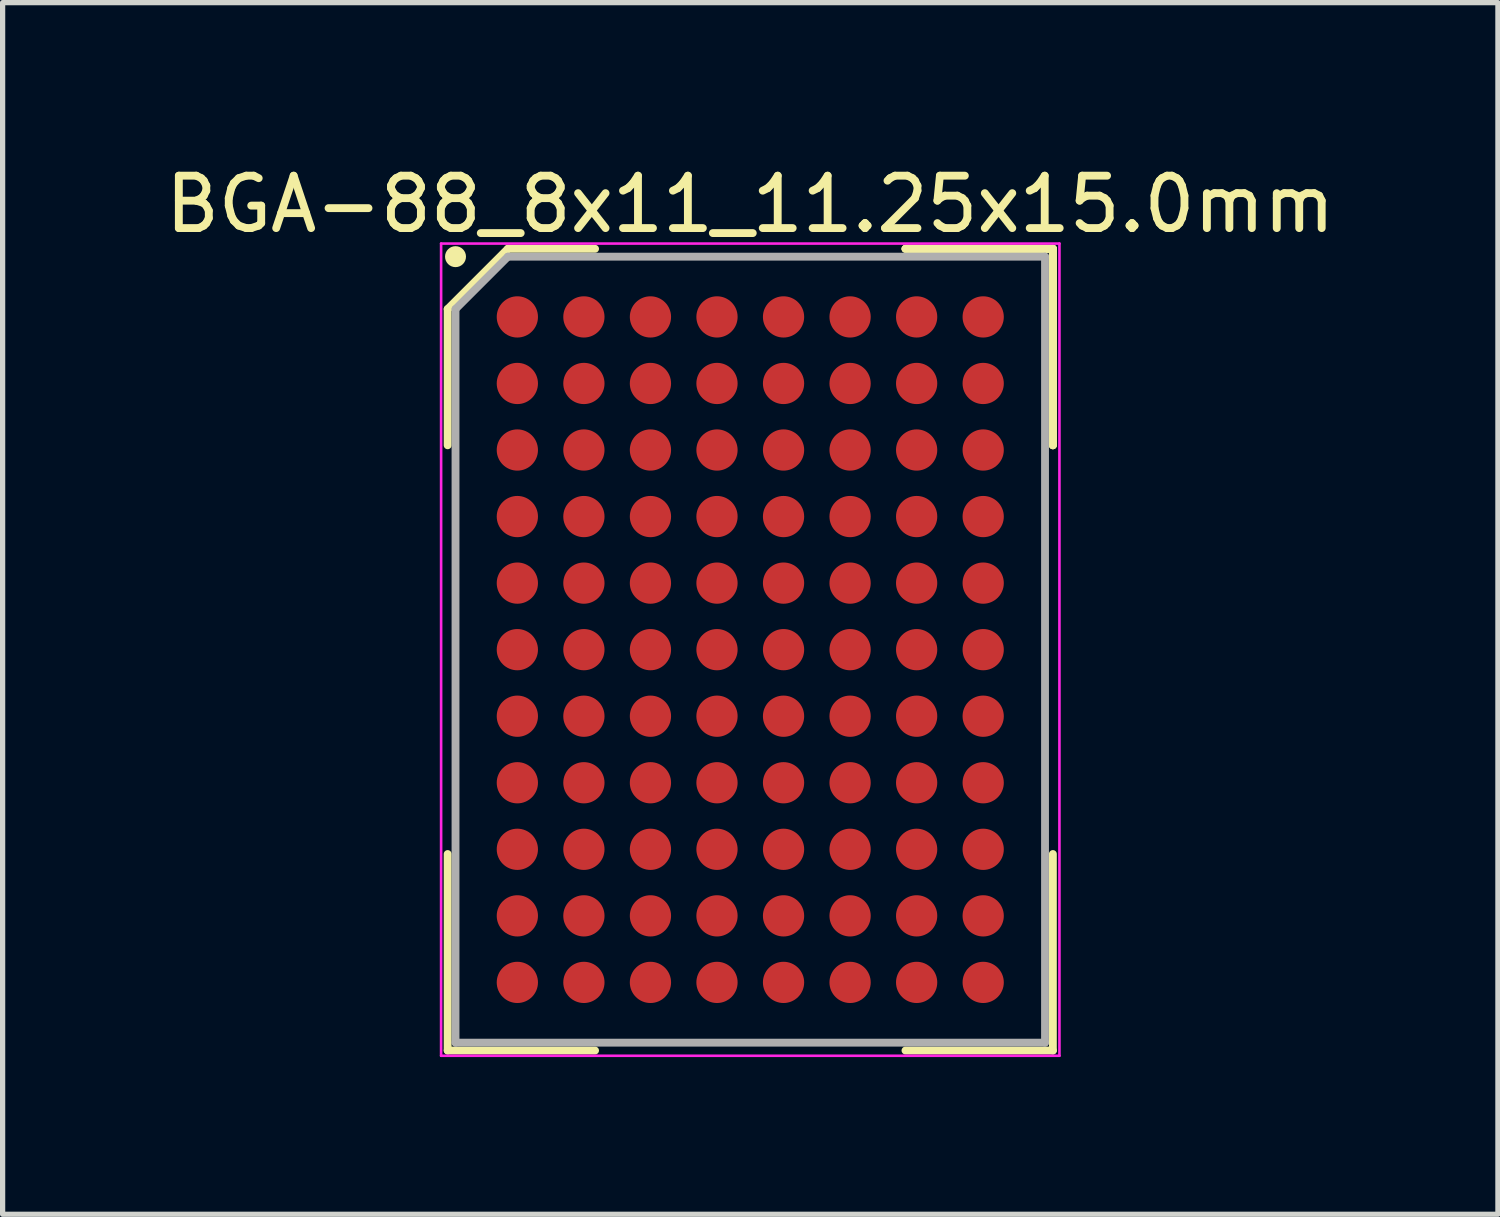
<source format=kicad_pcb>
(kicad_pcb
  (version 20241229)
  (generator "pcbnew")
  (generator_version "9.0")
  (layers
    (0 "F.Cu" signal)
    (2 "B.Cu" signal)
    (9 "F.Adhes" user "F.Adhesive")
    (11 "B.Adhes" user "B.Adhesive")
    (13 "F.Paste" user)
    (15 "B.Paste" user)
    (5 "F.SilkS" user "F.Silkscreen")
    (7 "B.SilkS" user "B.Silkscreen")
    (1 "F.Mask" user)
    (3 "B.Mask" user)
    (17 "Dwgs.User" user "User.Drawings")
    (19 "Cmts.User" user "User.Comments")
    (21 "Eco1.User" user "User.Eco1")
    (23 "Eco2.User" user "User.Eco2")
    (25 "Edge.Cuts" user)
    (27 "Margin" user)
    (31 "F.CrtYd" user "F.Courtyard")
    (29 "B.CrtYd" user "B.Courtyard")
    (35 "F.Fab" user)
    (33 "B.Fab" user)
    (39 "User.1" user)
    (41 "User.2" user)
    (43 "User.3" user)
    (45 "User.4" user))
  (footprint "BGA-88_8x11_11.25x15.0mm"
    (layer "F.Cu")
    (at 11.268 9.348)
    (property "Reference" "BGA-88_8x11_11.25x15.0mm" (at 0 -8.5 0) (layer "F.SilkS") (effects (font (size 1 1) (thickness 0.15))))
    (attr smd)
    (fp_line (start -5.775 -6.5) (end -5.775 -3.9) (stroke (width 0.15) (type solid)) (layer "F.SilkS"))
    (fp_line (start -5.775 7.65) (end -5.775 3.9) (stroke (width 0.15) (type solid)) (layer "F.SilkS"))
    (fp_line (start -4.625 -7.65) (end -5.775 -6.5) (stroke (width 0.15) (type solid)) (layer "F.SilkS"))
    (fp_line (start -2.962 -7.65) (end -4.625 -7.65) (stroke (width 0.15) (type solid)) (layer "F.SilkS"))
    (fp_line (start -2.962 7.65) (end -5.775 7.65) (stroke (width 0.15) (type solid)) (layer "F.SilkS"))
    (fp_line (start 2.962 -7.65) (end 5.775 -7.65) (stroke (width 0.15) (type solid)) (layer "F.SilkS"))
    (fp_line (start 2.962 -7.65) (end 5.775 -7.65) (stroke (width 0.15) (type solid)) (layer "F.SilkS"))
    (fp_line (start 2.962 -7.65) (end 5.775 -7.65) (stroke (width 0.15) (type solid)) (layer "F.SilkS"))
    (fp_line (start 2.962 7.65) (end 5.775 7.65) (stroke (width 0.15) (type solid)) (layer "F.SilkS"))
    (fp_line (start 5.775 -7.65) (end 5.775 -3.9) (stroke (width 0.15) (type solid)) (layer "F.SilkS"))
    (fp_line (start 5.775 -7.65) (end 5.775 -3.9) (stroke (width 0.15) (type solid)) (layer "F.SilkS"))
    (fp_line (start 5.775 -7.65) (end 5.775 -3.9) (stroke (width 0.15) (type solid)) (layer "F.SilkS"))
    (fp_line (start 5.775 7.65) (end 5.775 3.9) (stroke (width 0.15) (type solid)) (layer "F.SilkS"))
    (fp_circle (center -5.625 -7.5) (end -5.625 -7.4) (stroke (width 0.2) (type solid)) (fill no) (layer "F.SilkS"))
    (fp_line (start -5.9 -7.75) (end 5.9 -7.75) (stroke (width 0.05) (type solid)) (layer "F.CrtYd"))
    (fp_line (start -5.9 7.75) (end -5.9 -7.75) (stroke (width 0.05) (type solid)) (layer "F.CrtYd"))
    (fp_line (start 5.9 -7.75) (end 5.9 7.75) (stroke (width 0.05) (type solid)) (layer "F.CrtYd"))
    (fp_line (start 5.9 7.75) (end -5.9 7.75) (stroke (width 0.05) (type solid)) (layer "F.CrtYd"))
    (fp_line (start -5.625 -6.5) (end -5.625 7.5) (stroke (width 0.15) (type solid)) (layer "F.Fab"))
    (fp_line (start -5.625 7.5) (end 5.625 7.5) (stroke (width 0.15) (type solid)) (layer "F.Fab"))
    (fp_line (start -4.625 -7.5) (end -5.625 -6.5) (stroke (width 0.15) (type solid)) (layer "F.Fab"))
    (fp_line (start 5.625 -7.5) (end -4.625 -7.5) (stroke (width 0.15) (type solid)) (layer "F.Fab"))
    (fp_line (start 5.625 7.5) (end 5.625 -7.5) (stroke (width 0.15) (type solid)) (layer "F.Fab"))
    (pad "A1" smd circle (at -4.445 -6.35) (size 0.787 0.787) (layers "F.Cu" "F.Mask" "F.Paste"))
    (pad "A2" smd circle (at -3.175 -6.35) (size 0.787 0.787) (layers "F.Cu" "F.Mask" "F.Paste"))
    (pad "A3" smd circle (at -1.905 -6.35) (size 0.787 0.787) (layers "F.Cu" "F.Mask" "F.Paste"))
    (pad "A4" smd circle (at -0.635 -6.35) (size 0.787 0.787) (layers "F.Cu" "F.Mask" "F.Paste"))
    (pad "A5" smd circle (at 0.635 -6.35) (size 0.787 0.787) (layers "F.Cu" "F.Mask" "F.Paste"))
    (pad "A6" smd circle (at 1.905 -6.35) (size 0.787 0.787) (layers "F.Cu" "F.Mask" "F.Paste"))
    (pad "A7" smd circle (at 3.175 -6.35) (size 0.787 0.787) (layers "F.Cu" "F.Mask" "F.Paste"))
    (pad "A8" smd circle (at 4.445 -6.35) (size 0.787 0.787) (layers "F.Cu" "F.Mask" "F.Paste"))
    (pad "B1" smd circle (at -4.445 -5.08) (size 0.787 0.787) (layers "F.Cu" "F.Mask" "F.Paste"))
    (pad "B2" smd circle (at -3.175 -5.08) (size 0.787 0.787) (layers "F.Cu" "F.Mask" "F.Paste"))
    (pad "B3" smd circle (at -1.905 -5.08) (size 0.787 0.787) (layers "F.Cu" "F.Mask" "F.Paste"))
    (pad "B4" smd circle (at -0.635 -5.08) (size 0.787 0.787) (layers "F.Cu" "F.Mask" "F.Paste"))
    (pad "B5" smd circle (at 0.635 -5.08) (size 0.787 0.787) (layers "F.Cu" "F.Mask" "F.Paste"))
    (pad "B6" smd circle (at 1.905 -5.08) (size 0.787 0.787) (layers "F.Cu" "F.Mask" "F.Paste"))
    (pad "B7" smd circle (at 3.175 -5.08) (size 0.787 0.787) (layers "F.Cu" "F.Mask" "F.Paste"))
    (pad "B8" smd circle (at 4.445 -5.08) (size 0.787 0.787) (layers "F.Cu" "F.Mask" "F.Paste"))
    (pad "C1" smd circle (at -4.445 -3.81) (size 0.787 0.787) (layers "F.Cu" "F.Mask" "F.Paste"))
    (pad "C2" smd circle (at -3.175 -3.81) (size 0.787 0.787) (layers "F.Cu" "F.Mask" "F.Paste"))
    (pad "C3" smd circle (at -1.905 -3.81) (size 0.787 0.787) (layers "F.Cu" "F.Mask" "F.Paste"))
    (pad "C4" smd circle (at -0.635 -3.81) (size 0.787 0.787) (layers "F.Cu" "F.Mask" "F.Paste"))
    (pad "C5" smd circle (at 0.635 -3.81) (size 0.787 0.787) (layers "F.Cu" "F.Mask" "F.Paste"))
    (pad "C6" smd circle (at 1.905 -3.81) (size 0.787 0.787) (layers "F.Cu" "F.Mask" "F.Paste"))
    (pad "C7" smd circle (at 3.175 -3.81) (size 0.787 0.787) (layers "F.Cu" "F.Mask" "F.Paste"))
    (pad "C8" smd circle (at 4.445 -3.81) (size 0.787 0.787) (layers "F.Cu" "F.Mask" "F.Paste"))
    (pad "D1" smd circle (at -4.445 -2.54) (size 0.787 0.787) (layers "F.Cu" "F.Mask" "F.Paste"))
    (pad "D2" smd circle (at -3.175 -2.54) (size 0.787 0.787) (layers "F.Cu" "F.Mask" "F.Paste"))
    (pad "D3" smd circle (at -1.905 -2.54) (size 0.787 0.787) (layers "F.Cu" "F.Mask" "F.Paste"))
    (pad "D4" smd circle (at -0.635 -2.54) (size 0.787 0.787) (layers "F.Cu" "F.Mask" "F.Paste"))
    (pad "D5" smd circle (at 0.635 -2.54) (size 0.787 0.787) (layers "F.Cu" "F.Mask" "F.Paste"))
    (pad "D6" smd circle (at 1.905 -2.54) (size 0.787 0.787) (layers "F.Cu" "F.Mask" "F.Paste"))
    (pad "D7" smd circle (at 3.175 -2.54) (size 0.787 0.787) (layers "F.Cu" "F.Mask" "F.Paste"))
    (pad "D8" smd circle (at 4.445 -2.54) (size 0.787 0.787) (layers "F.Cu" "F.Mask" "F.Paste"))
    (pad "E1" smd circle (at -4.445 -1.27) (size 0.787 0.787) (layers "F.Cu" "F.Mask" "F.Paste"))
    (pad "E2" smd circle (at -3.175 -1.27) (size 0.787 0.787) (layers "F.Cu" "F.Mask" "F.Paste"))
    (pad "E3" smd circle (at -1.905 -1.27) (size 0.787 0.787) (layers "F.Cu" "F.Mask" "F.Paste"))
    (pad "E4" smd circle (at -0.635 -1.27) (size 0.787 0.787) (layers "F.Cu" "F.Mask" "F.Paste"))
    (pad "E5" smd circle (at 0.635 -1.27) (size 0.787 0.787) (layers "F.Cu" "F.Mask" "F.Paste"))
    (pad "E6" smd circle (at 1.905 -1.27) (size 0.787 0.787) (layers "F.Cu" "F.Mask" "F.Paste"))
    (pad "E7" smd circle (at 3.175 -1.27) (size 0.787 0.787) (layers "F.Cu" "F.Mask" "F.Paste"))
    (pad "E8" smd circle (at 4.445 -1.27) (size 0.787 0.787) (layers "F.Cu" "F.Mask" "F.Paste"))
    (pad "F1" smd circle (at -4.445 0) (size 0.787 0.787) (layers "F.Cu" "F.Mask" "F.Paste"))
    (pad "F2" smd circle (at -3.175 0) (size 0.787 0.787) (layers "F.Cu" "F.Mask" "F.Paste"))
    (pad "F3" smd circle (at -1.905 0) (size 0.787 0.787) (layers "F.Cu" "F.Mask" "F.Paste"))
    (pad "F4" smd circle (at -0.635 0) (size 0.787 0.787) (layers "F.Cu" "F.Mask" "F.Paste"))
    (pad "F5" smd circle (at 0.635 0) (size 0.787 0.787) (layers "F.Cu" "F.Mask" "F.Paste"))
    (pad "F6" smd circle (at 1.905 0) (size 0.787 0.787) (layers "F.Cu" "F.Mask" "F.Paste"))
    (pad "F7" smd circle (at 3.175 0) (size 0.787 0.787) (layers "F.Cu" "F.Mask" "F.Paste"))
    (pad "F8" smd circle (at 4.445 0) (size 0.787 0.787) (layers "F.Cu" "F.Mask" "F.Paste"))
    (pad "G1" smd circle (at -4.445 1.27) (size 0.787 0.787) (layers "F.Cu" "F.Mask" "F.Paste"))
    (pad "G2" smd circle (at -3.175 1.27) (size 0.787 0.787) (layers "F.Cu" "F.Mask" "F.Paste"))
    (pad "G3" smd circle (at -1.905 1.27) (size 0.787 0.787) (layers "F.Cu" "F.Mask" "F.Paste"))
    (pad "G4" smd circle (at -0.635 1.27) (size 0.787 0.787) (layers "F.Cu" "F.Mask" "F.Paste"))
    (pad "G5" smd circle (at 0.635 1.27) (size 0.787 0.787) (layers "F.Cu" "F.Mask" "F.Paste"))
    (pad "G6" smd circle (at 1.905 1.27) (size 0.787 0.787) (layers "F.Cu" "F.Mask" "F.Paste"))
    (pad "G7" smd circle (at 3.175 1.27) (size 0.787 0.787) (layers "F.Cu" "F.Mask" "F.Paste"))
    (pad "G8" smd circle (at 4.445 1.27) (size 0.787 0.787) (layers "F.Cu" "F.Mask" "F.Paste"))
    (pad "H1" smd circle (at -4.445 2.54) (size 0.787 0.787) (layers "F.Cu" "F.Mask" "F.Paste"))
    (pad "H2" smd circle (at -3.175 2.54) (size 0.787 0.787) (layers "F.Cu" "F.Mask" "F.Paste"))
    (pad "H3" smd circle (at -1.905 2.54) (size 0.787 0.787) (layers "F.Cu" "F.Mask" "F.Paste"))
    (pad "H4" smd circle (at -0.635 2.54) (size 0.787 0.787) (layers "F.Cu" "F.Mask" "F.Paste"))
    (pad "H5" smd circle (at 0.635 2.54) (size 0.787 0.787) (layers "F.Cu" "F.Mask" "F.Paste"))
    (pad "H6" smd circle (at 1.905 2.54) (size 0.787 0.787) (layers "F.Cu" "F.Mask" "F.Paste"))
    (pad "H7" smd circle (at 3.175 2.54) (size 0.787 0.787) (layers "F.Cu" "F.Mask" "F.Paste"))
    (pad "H8" smd circle (at 4.445 2.54) (size 0.787 0.787) (layers "F.Cu" "F.Mask" "F.Paste"))
    (pad "J1" smd circle (at -4.445 3.81) (size 0.787 0.787) (layers "F.Cu" "F.Mask" "F.Paste"))
    (pad "J2" smd circle (at -3.175 3.81) (size 0.787 0.787) (layers "F.Cu" "F.Mask" "F.Paste"))
    (pad "J3" smd circle (at -1.905 3.81) (size 0.787 0.787) (layers "F.Cu" "F.Mask" "F.Paste"))
    (pad "J4" smd circle (at -0.635 3.81) (size 0.787 0.787) (layers "F.Cu" "F.Mask" "F.Paste"))
    (pad "J5" smd circle (at 0.635 3.81) (size 0.787 0.787) (layers "F.Cu" "F.Mask" "F.Paste"))
    (pad "J6" smd circle (at 1.905 3.81) (size 0.787 0.787) (layers "F.Cu" "F.Mask" "F.Paste"))
    (pad "J7" smd circle (at 3.175 3.81) (size 0.787 0.787) (layers "F.Cu" "F.Mask" "F.Paste"))
    (pad "J8" smd circle (at 4.445 3.81) (size 0.787 0.787) (layers "F.Cu" "F.Mask" "F.Paste"))
    (pad "K1" smd circle (at -4.445 5.08) (size 0.787 0.787) (layers "F.Cu" "F.Mask" "F.Paste"))
    (pad "K2" smd circle (at -3.175 5.08) (size 0.787 0.787) (layers "F.Cu" "F.Mask" "F.Paste"))
    (pad "K3" smd circle (at -1.905 5.08) (size 0.787 0.787) (layers "F.Cu" "F.Mask" "F.Paste"))
    (pad "K4" smd circle (at -0.635 5.08) (size 0.787 0.787) (layers "F.Cu" "F.Mask" "F.Paste"))
    (pad "K5" smd circle (at 0.635 5.08) (size 0.787 0.787) (layers "F.Cu" "F.Mask" "F.Paste"))
    (pad "K6" smd circle (at 1.905 5.08) (size 0.787 0.787) (layers "F.Cu" "F.Mask" "F.Paste"))
    (pad "K7" smd circle (at 3.175 5.08) (size 0.787 0.787) (layers "F.Cu" "F.Mask" "F.Paste"))
    (pad "K8" smd circle (at 4.445 5.08) (size 0.787 0.787) (layers "F.Cu" "F.Mask" "F.Paste"))
    (pad "L1" smd circle (at -4.445 6.35) (size 0.787 0.787) (layers "F.Cu" "F.Mask" "F.Paste"))
    (pad "L2" smd circle (at -3.175 6.35) (size 0.787 0.787) (layers "F.Cu" "F.Mask" "F.Paste"))
    (pad "L3" smd circle (at -1.905 6.35) (size 0.787 0.787) (layers "F.Cu" "F.Mask" "F.Paste"))
    (pad "L4" smd circle (at -0.635 6.35) (size 0.787 0.787) (layers "F.Cu" "F.Mask" "F.Paste"))
    (pad "L5" smd circle (at 0.635 6.35) (size 0.787 0.787) (layers "F.Cu" "F.Mask" "F.Paste"))
    (pad "L6" smd circle (at 1.905 6.35) (size 0.787 0.787) (layers "F.Cu" "F.Mask" "F.Paste"))
    (pad "L7" smd circle (at 3.175 6.35) (size 0.787 0.787) (layers "F.Cu" "F.Mask" "F.Paste"))
    (pad "L8" smd circle (at 4.445 6.35) (size 0.787 0.787) (layers "F.Cu" "F.Mask" "F.Paste")))
  (gr_rect
    (start -3 -3)
    (end 25.536 20.123)
    (stroke (width 0.1) (type default))
    (fill no)
    (layer "Edge.Cuts")))
</source>
